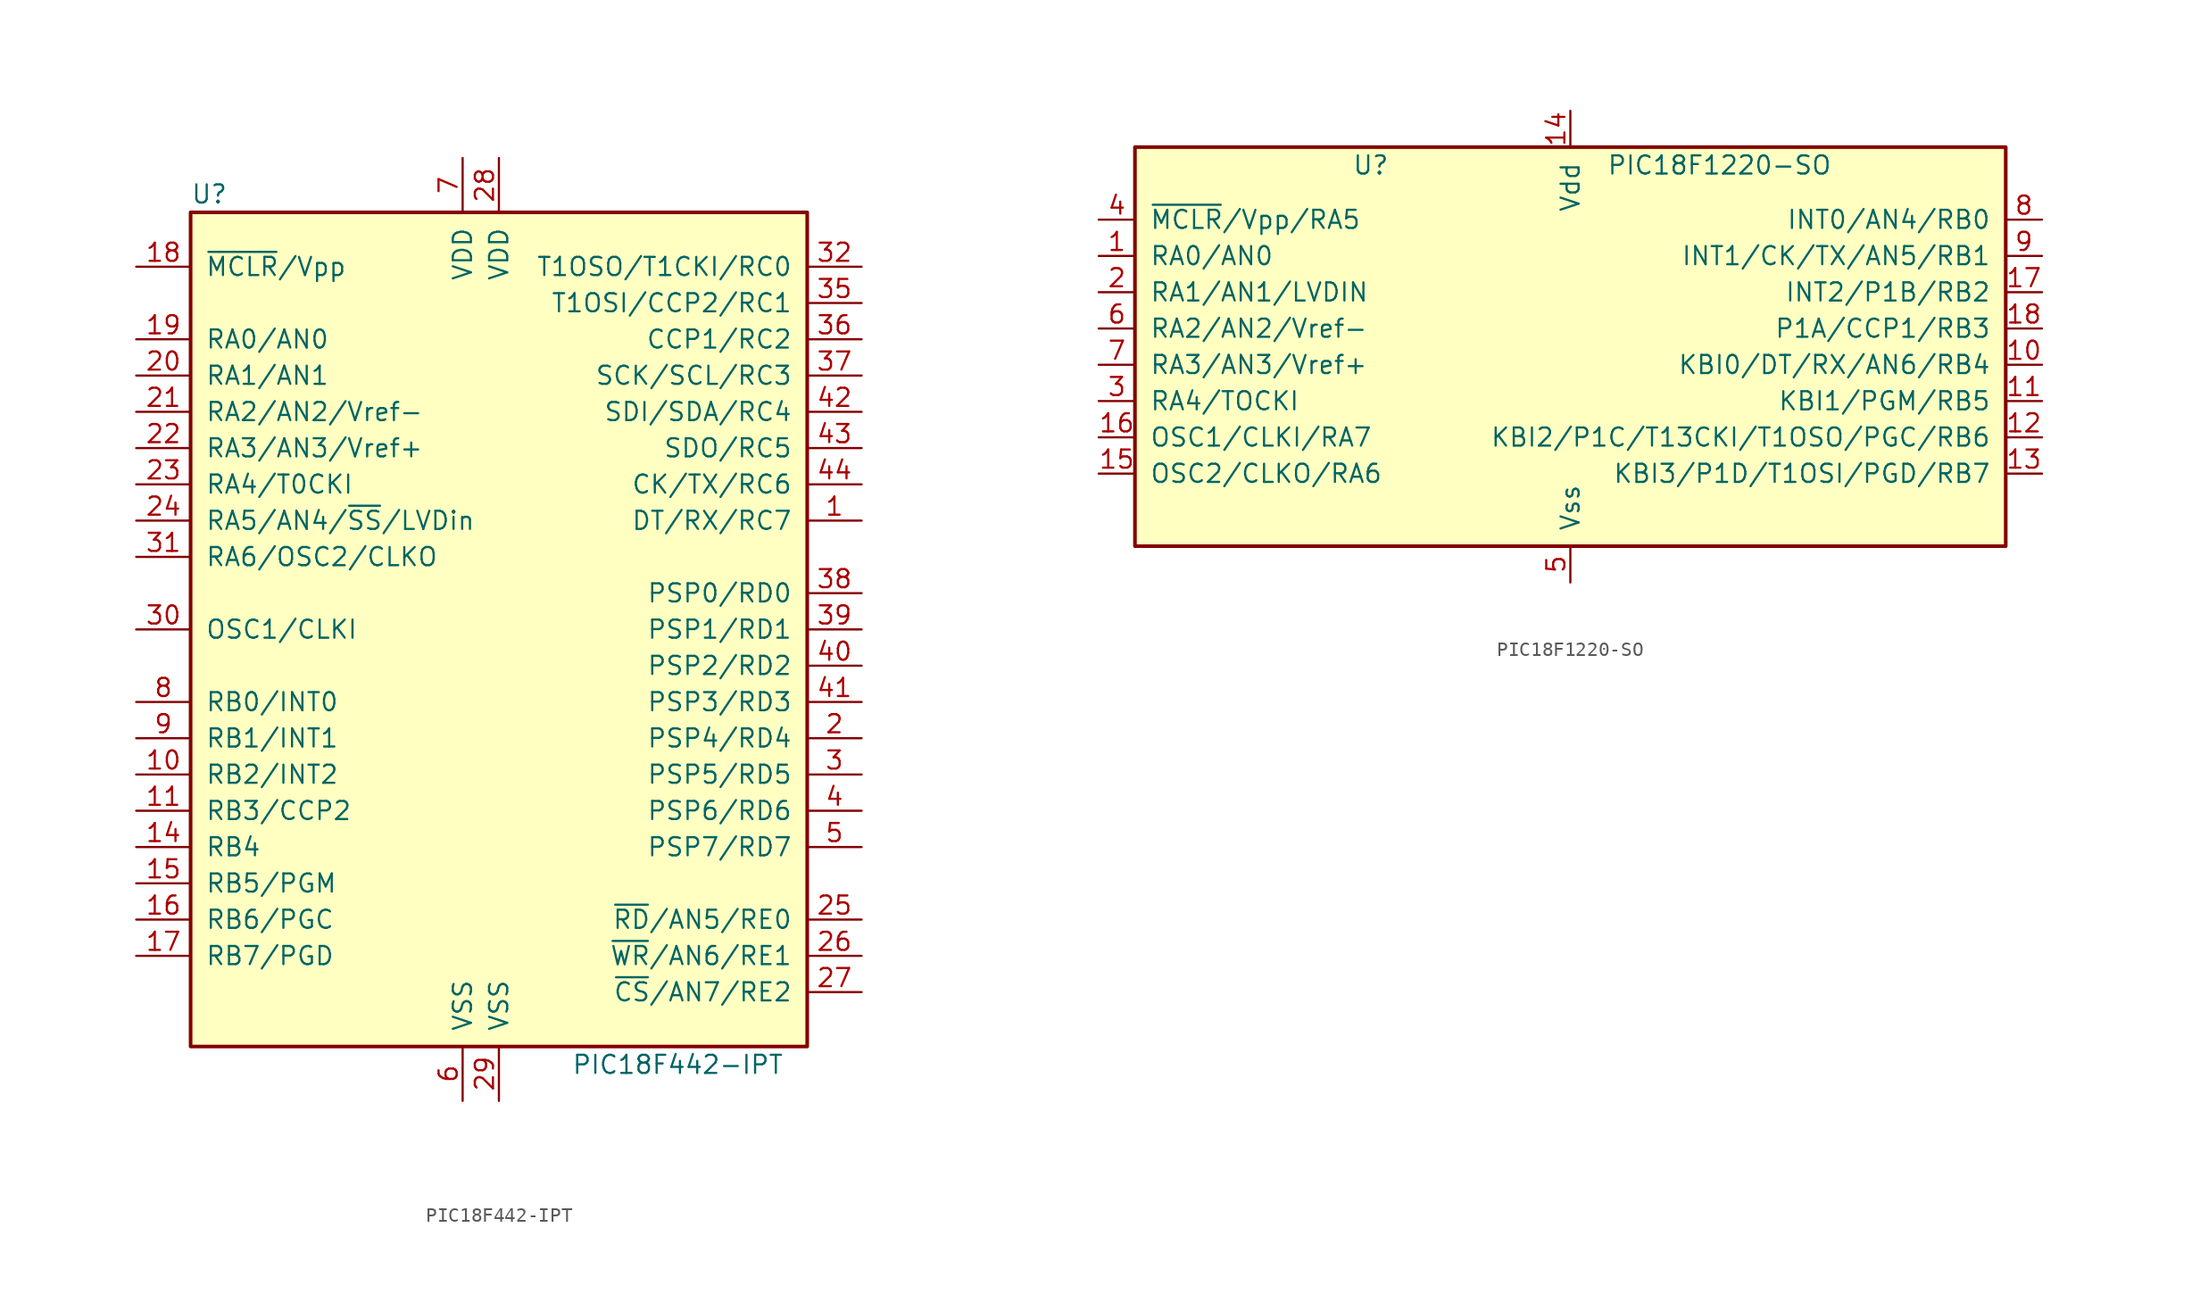
<source format=kicad_sym>
(kicad_symbol_lib
  (version 20201005)
  (generator kicad_symbol_editor)
  (symbol "PIC18F442-IPT"
    (pin_names
      (offset 1.016))
    (property "Reference" "U"
      (at -21.59 30.48 0)
      (effects (font (size 1.27 1.27)) (justify left)))
    (property "Value" "PIC18F442-IPT"
      (at 5.08 -30.48 0)
      (effects (font (size 1.27 1.27)) (justify left)))
    (symbol "PIC18F442-IPT_0_1"
      (rectangle (start 21.59 -29.21) (end -21.59 29.21) (stroke (width 0.254)) (fill (type background))))
    (symbol "PIC18F442-IPT_1_1"
      (pin bidirectional line (at 25.4 7.62 180) (length 3.81) (name "DT/RX/RC7" (effects (font (size 1.27 1.27)))) (number "1" (effects (font (size 1.27 1.27)))))
      (pin bidirectional line (at -25.4 -10.16 0) (length 3.81) (name "RB2/INT2" (effects (font (size 1.27 1.27)))) (number "10" (effects (font (size 1.27 1.27)))))
      (pin bidirectional line (at -25.4 -12.7 0) (length 3.81) (name "RB3/CCP2" (effects (font (size 1.27 1.27)))) (number "11" (effects (font (size 1.27 1.27)))))
      (pin no_connect line (at -15.24 -33.02 90) (length 3.81) hide (name "NC" (effects (font (size 1.27 1.27)))) (number "12" (effects (font (size 1.27 1.27)))))
      (pin no_connect line (at -12.7 -33.02 90) (length 3.81) hide (name "NC" (effects (font (size 1.27 1.27)))) (number "13" (effects (font (size 1.27 1.27)))))
      (pin bidirectional line (at -25.4 -15.24 0) (length 3.81) (name "RB4" (effects (font (size 1.27 1.27)))) (number "14" (effects (font (size 1.27 1.27)))))
      (pin bidirectional line (at -25.4 -17.78 0) (length 3.81) (name "RB5/PGM" (effects (font (size 1.27 1.27)))) (number "15" (effects (font (size 1.27 1.27)))))
      (pin bidirectional line (at -25.4 -20.32 0) (length 3.81) (name "RB6/PGC" (effects (font (size 1.27 1.27)))) (number "16" (effects (font (size 1.27 1.27)))))
      (pin bidirectional line (at -25.4 -22.86 0) (length 3.81) (name "RB7/PGD" (effects (font (size 1.27 1.27)))) (number "17" (effects (font (size 1.27 1.27)))))
      (pin input line (at -25.4 25.4 0) (length 3.81) (name "~MCLR~/Vpp" (effects (font (size 1.27 1.27)))) (number "18" (effects (font (size 1.27 1.27)))))
      (pin bidirectional line (at -25.4 20.32 0) (length 3.81) (name "RA0/AN0" (effects (font (size 1.27 1.27)))) (number "19" (effects (font (size 1.27 1.27)))))
      (pin bidirectional line (at 25.4 -7.62 180) (length 3.81) (name "PSP4/RD4" (effects (font (size 1.27 1.27)))) (number "2" (effects (font (size 1.27 1.27)))))
      (pin bidirectional line (at -25.4 17.78 0) (length 3.81) (name "RA1/AN1" (effects (font (size 1.27 1.27)))) (number "20" (effects (font (size 1.27 1.27)))))
      (pin bidirectional line (at -25.4 15.24 0) (length 3.81) (name "RA2/AN2/Vref-" (effects (font (size 1.27 1.27)))) (number "21" (effects (font (size 1.27 1.27)))))
      (pin bidirectional line (at -25.4 12.7 0) (length 3.81) (name "RA3/AN3/Vref+" (effects (font (size 1.27 1.27)))) (number "22" (effects (font (size 1.27 1.27)))))
      (pin bidirectional line (at -25.4 10.16 0) (length 3.81) (name "RA4/T0CKI" (effects (font (size 1.27 1.27)))) (number "23" (effects (font (size 1.27 1.27)))))
      (pin bidirectional line (at -25.4 7.62 0) (length 3.81) (name "RA5/AN4/~SS~/LVDin" (effects (font (size 1.27 1.27)))) (number "24" (effects (font (size 1.27 1.27)))))
      (pin bidirectional line (at 25.4 -20.32 180) (length 3.81) (name "~RD~/AN5/RE0" (effects (font (size 1.27 1.27)))) (number "25" (effects (font (size 1.27 1.27)))))
      (pin bidirectional line (at 25.4 -22.86 180) (length 3.81) (name "~WR~/AN6/RE1" (effects (font (size 1.27 1.27)))) (number "26" (effects (font (size 1.27 1.27)))))
      (pin bidirectional line (at 25.4 -25.4 180) (length 3.81) (name "~CS~/AN7/RE2" (effects (font (size 1.27 1.27)))) (number "27" (effects (font (size 1.27 1.27)))))
      (pin power_in line (at 0 33.02 270) (length 3.81) (name "VDD" (effects (font (size 1.27 1.27)))) (number "28" (effects (font (size 1.27 1.27)))))
      (pin power_in line (at 0 -33.02 90) (length 3.81) (name "VSS" (effects (font (size 1.27 1.27)))) (number "29" (effects (font (size 1.27 1.27)))))
      (pin bidirectional line (at 25.4 -10.16 180) (length 3.81) (name "PSP5/RD5" (effects (font (size 1.27 1.27)))) (number "3" (effects (font (size 1.27 1.27)))))
      (pin input line (at -25.4 0 0) (length 3.81) (name "OSC1/CLKI" (effects (font (size 1.27 1.27)))) (number "30" (effects (font (size 1.27 1.27)))))
      (pin bidirectional line (at -25.4 5.08 0) (length 3.81) (name "RA6/OSC2/CLKO" (effects (font (size 1.27 1.27)))) (number "31" (effects (font (size 1.27 1.27)))))
      (pin bidirectional line (at 25.4 25.4 180) (length 3.81) (name "T1OSO/T1CKI/RC0" (effects (font (size 1.27 1.27)))) (number "32" (effects (font (size 1.27 1.27)))))
      (pin no_connect line (at -10.16 -33.02 90) (length 3.81) hide (name "NC" (effects (font (size 1.27 1.27)))) (number "33" (effects (font (size 1.27 1.27)))))
      (pin no_connect line (at -7.62 -33.02 90) (length 3.81) hide (name "NC" (effects (font (size 1.27 1.27)))) (number "34" (effects (font (size 1.27 1.27)))))
      (pin bidirectional line (at 25.4 22.86 180) (length 3.81) (name "T1OSI/CCP2/RC1" (effects (font (size 1.27 1.27)))) (number "35" (effects (font (size 1.27 1.27)))))
      (pin bidirectional line (at 25.4 20.32 180) (length 3.81) (name "CCP1/RC2" (effects (font (size 1.27 1.27)))) (number "36" (effects (font (size 1.27 1.27)))))
      (pin bidirectional line (at 25.4 17.78 180) (length 3.81) (name "SCK/SCL/RC3" (effects (font (size 1.27 1.27)))) (number "37" (effects (font (size 1.27 1.27)))))
      (pin bidirectional line (at 25.4 2.54 180) (length 3.81) (name "PSP0/RD0" (effects (font (size 1.27 1.27)))) (number "38" (effects (font (size 1.27 1.27)))))
      (pin bidirectional line (at 25.4 0 180) (length 3.81) (name "PSP1/RD1" (effects (font (size 1.27 1.27)))) (number "39" (effects (font (size 1.27 1.27)))))
      (pin bidirectional line (at 25.4 -12.7 180) (length 3.81) (name "PSP6/RD6" (effects (font (size 1.27 1.27)))) (number "4" (effects (font (size 1.27 1.27)))))
      (pin bidirectional line (at 25.4 -2.54 180) (length 3.81) (name "PSP2/RD2" (effects (font (size 1.27 1.27)))) (number "40" (effects (font (size 1.27 1.27)))))
      (pin bidirectional line (at 25.4 -5.08 180) (length 3.81) (name "PSP3/RD3" (effects (font (size 1.27 1.27)))) (number "41" (effects (font (size 1.27 1.27)))))
      (pin bidirectional line (at 25.4 15.24 180) (length 3.81) (name "SDI/SDA/RC4" (effects (font (size 1.27 1.27)))) (number "42" (effects (font (size 1.27 1.27)))))
      (pin bidirectional line (at 25.4 12.7 180) (length 3.81) (name "SDO/RC5" (effects (font (size 1.27 1.27)))) (number "43" (effects (font (size 1.27 1.27)))))
      (pin bidirectional line (at 25.4 10.16 180) (length 3.81) (name "CK/TX/RC6" (effects (font (size 1.27 1.27)))) (number "44" (effects (font (size 1.27 1.27)))))
      (pin bidirectional line (at 25.4 -15.24 180) (length 3.81) (name "PSP7/RD7" (effects (font (size 1.27 1.27)))) (number "5" (effects (font (size 1.27 1.27)))))
      (pin power_in line (at -2.54 -33.02 90) (length 3.81) (name "VSS" (effects (font (size 1.27 1.27)))) (number "6" (effects (font (size 1.27 1.27)))))
      (pin power_in line (at -2.54 33.02 270) (length 3.81) (name "VDD" (effects (font (size 1.27 1.27)))) (number "7" (effects (font (size 1.27 1.27)))))
      (pin bidirectional line (at -25.4 -5.08 0) (length 3.81) (name "RB0/INT0" (effects (font (size 1.27 1.27)))) (number "8" (effects (font (size 1.27 1.27)))))
      (pin bidirectional line (at -25.4 -7.62 0) (length 3.81) (name "RB1/INT1" (effects (font (size 1.27 1.27)))) (number "9" (effects (font (size 1.27 1.27)))))))
  (symbol "PIC18F1220-SO"
    (pin_names
      (offset 1.016))
    (property "Reference" "U"
      (at -13.97 13.97 0)
      (effects (font (size 1.27 1.27))))
    (property "Value" "PIC18F1220-SO"
      (at 2.54 13.97 0)
      (effects (font (size 1.27 1.27)) (justify left)))
    (symbol "PIC18F1220-SO_0_1"
      (rectangle (start -30.48 15.24) (end 30.48 -12.7) (stroke (width 0.254)) (fill (type background))))
    (symbol "PIC18F1220-SO_1_1"
      (pin input line (at -33.02 7.62 0) (length 2.54) (name "RA0/AN0" (effects (font (size 1.27 1.27)))) (number "1" (effects (font (size 1.27 1.27)))))
      (pin input line (at 33.02 0 180) (length 2.54) (name "KBI0/DT/RX/AN6/RB4" (effects (font (size 1.27 1.27)))) (number "10" (effects (font (size 1.27 1.27)))))
      (pin input line (at 33.02 -2.54 180) (length 2.54) (name "KBI1/PGM/RB5" (effects (font (size 1.27 1.27)))) (number "11" (effects (font (size 1.27 1.27)))))
      (pin input line (at 33.02 -5.08 180) (length 2.54) (name "KBI2/P1C/T13CKI/T1OSO/PGC/RB6" (effects (font (size 1.27 1.27)))) (number "12" (effects (font (size 1.27 1.27)))))
      (pin input line (at 33.02 -7.62 180) (length 2.54) (name "KBI3/P1D/T1OSI/PGD/RB7" (effects (font (size 1.27 1.27)))) (number "13" (effects (font (size 1.27 1.27)))))
      (pin power_in line (at 0 17.78 270) (length 2.54) (name "Vdd" (effects (font (size 1.27 1.27)))) (number "14" (effects (font (size 1.27 1.27)))))
      (pin input line (at -33.02 -7.62 0) (length 2.54) (name "OSC2/CLKO/RA6" (effects (font (size 1.27 1.27)))) (number "15" (effects (font (size 1.27 1.27)))))
      (pin input line (at -33.02 -5.08 0) (length 2.54) (name "OSC1/CLKI/RA7" (effects (font (size 1.27 1.27)))) (number "16" (effects (font (size 1.27 1.27)))))
      (pin input line (at 33.02 5.08 180) (length 2.54) (name "INT2/P1B/RB2" (effects (font (size 1.27 1.27)))) (number "17" (effects (font (size 1.27 1.27)))))
      (pin input line (at 33.02 2.54 180) (length 2.54) (name "P1A/CCP1/RB3" (effects (font (size 1.27 1.27)))) (number "18" (effects (font (size 1.27 1.27)))))
      (pin input line (at -33.02 5.08 0) (length 2.54) (name "RA1/AN1/LVDIN" (effects (font (size 1.27 1.27)))) (number "2" (effects (font (size 1.27 1.27)))))
      (pin input line (at -33.02 -2.54 0) (length 2.54) (name "RA4/TOCKI" (effects (font (size 1.27 1.27)))) (number "3" (effects (font (size 1.27 1.27)))))
      (pin input line (at -33.02 10.16 0) (length 2.54) (name "~MCLR~/Vpp/RA5" (effects (font (size 1.27 1.27)))) (number "4" (effects (font (size 1.27 1.27)))))
      (pin power_in line (at 0 -15.24 90) (length 2.54) (name "Vss" (effects (font (size 1.27 1.27)))) (number "5" (effects (font (size 1.27 1.27)))))
      (pin input line (at -33.02 2.54 0) (length 2.54) (name "RA2/AN2/Vref-" (effects (font (size 1.27 1.27)))) (number "6" (effects (font (size 1.27 1.27)))))
      (pin input line (at -33.02 0 0) (length 2.54) (name "RA3/AN3/Vref+" (effects (font (size 1.27 1.27)))) (number "7" (effects (font (size 1.27 1.27)))))
      (pin input line (at 33.02 10.16 180) (length 2.54) (name "INT0/AN4/RB0" (effects (font (size 1.27 1.27)))) (number "8" (effects (font (size 1.27 1.27)))))
      (pin input line (at 33.02 7.62 180) (length 2.54) (name "INT1/CK/TX/AN5/RB1" (effects (font (size 1.27 1.27)))) (number "9" (effects (font (size 1.27 1.27))))))))
</source>
